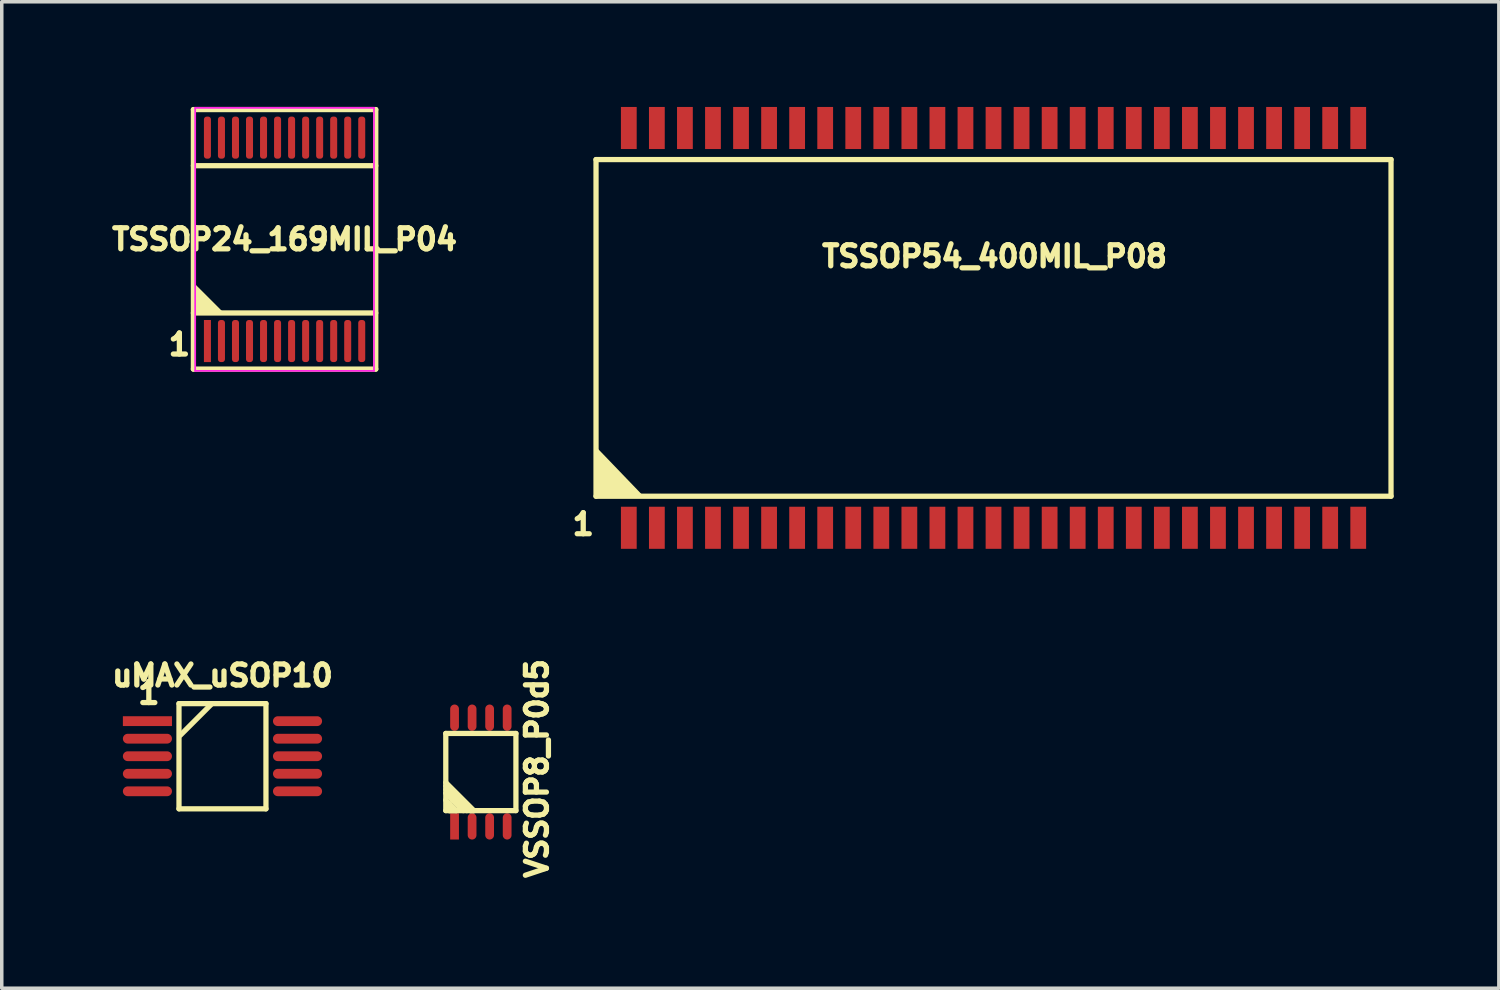
<source format=kicad_pcb>
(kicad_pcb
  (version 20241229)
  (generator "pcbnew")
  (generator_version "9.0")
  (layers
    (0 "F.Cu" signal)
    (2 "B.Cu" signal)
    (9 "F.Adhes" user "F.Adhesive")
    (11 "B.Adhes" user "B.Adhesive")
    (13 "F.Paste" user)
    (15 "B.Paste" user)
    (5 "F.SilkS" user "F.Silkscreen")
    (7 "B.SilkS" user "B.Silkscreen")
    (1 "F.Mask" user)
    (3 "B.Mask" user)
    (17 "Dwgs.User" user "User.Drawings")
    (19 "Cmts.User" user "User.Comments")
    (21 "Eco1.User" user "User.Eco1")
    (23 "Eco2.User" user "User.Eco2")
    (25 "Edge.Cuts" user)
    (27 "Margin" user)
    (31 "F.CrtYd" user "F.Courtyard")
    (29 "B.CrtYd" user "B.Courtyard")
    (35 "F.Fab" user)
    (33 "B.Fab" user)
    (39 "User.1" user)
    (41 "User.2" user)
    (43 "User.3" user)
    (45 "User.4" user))
  (footprint "VSSOP8_P0d5"
    (layer "F.Cu")
    (at 10.662 18.965)
    (property "Reference" "VSSOP8_P0d5" (at 1.6 -0.1 90) (layer "F.SilkS") (effects (font (size 0.6 0.6) (thickness 0.15))))
    (attr through_hole)
    (fp_line (start -1 -1.1) (end 1 -1.1) (stroke (width 0.15) (type solid)) (layer "F.SilkS"))
    (fp_line (start -1 0.4) (end -0.3 1.1) (stroke (width 0.15) (type solid)) (layer "F.SilkS"))
    (fp_line (start -1 0.5) (end -0.4 1.1) (stroke (width 0.15) (type solid)) (layer "F.SilkS"))
    (fp_line (start -1 0.6) (end -0.5 1.1) (stroke (width 0.15) (type solid)) (layer "F.SilkS"))
    (fp_line (start -1 0.8) (end -0.7 1.1) (stroke (width 0.15) (type solid)) (layer "F.SilkS"))
    (fp_line (start -1 1.1) (end -1 -1.1) (stroke (width 0.15) (type solid)) (layer "F.SilkS"))
    (fp_line (start -0.9 1.1) (end -0.9 0.9) (stroke (width 0.15) (type solid)) (layer "F.SilkS"))
    (fp_line (start -0.7 1.1) (end -0.9 1.1) (stroke (width 0.15) (type solid)) (layer "F.SilkS"))
    (fp_line (start -0.3 1.1) (end -0.2 1.1) (stroke (width 0.15) (type solid)) (layer "F.SilkS"))
    (fp_line (start -0.2 1.1) (end -1 0.3) (stroke (width 0.15) (type solid)) (layer "F.SilkS"))
    (fp_line (start 1 -1.1) (end 1 1.1) (stroke (width 0.15) (type solid)) (layer "F.SilkS"))
    (fp_line (start 1 1.1) (end -1 1.1) (stroke (width 0.15) (type solid)) (layer "F.SilkS"))
    (pad "1" smd rect (at -0.75 1.55) (size 0.25 0.75) (layers "F.Cu" "F.Mask" "F.Paste"))
    (pad "2" smd oval (at -0.25 1.55) (size 0.25 0.75) (layers "F.Cu" "F.Mask" "F.Paste"))
    (pad "3" smd oval (at 0.25 1.55) (size 0.25 0.75) (layers "F.Cu" "F.Mask" "F.Paste"))
    (pad "4" smd oval (at 0.75 1.55) (size 0.25 0.75) (layers "F.Cu" "F.Mask" "F.Paste"))
    (pad "5" smd oval (at 0.75 -1.55) (size 0.25 0.75) (layers "F.Cu" "F.Mask" "F.Paste"))
    (pad "6" smd oval (at 0.25 -1.55) (size 0.25 0.75) (layers "F.Cu" "F.Mask" "F.Paste"))
    (pad "7" smd oval (at -0.25 -1.55) (size 0.25 0.75) (layers "F.Cu" "F.Mask" "F.Paste"))
    (pad "8" smd oval (at -0.75 -1.55) (size 0.25 0.75) (layers "F.Cu" "F.Mask" "F.Paste")))
  (footprint "TSSOP54_400MIL_P08"
    (layer "F.Cu")
    (at 25.281 6.3)
    (property "Reference" "TSSOP54_400MIL_P08" (at 0.03 -2.04 180) (layer "F.SilkS") (effects (font (size 0.6 0.6) (thickness 0.15))))
    (attr smd)
    (fp_line (start -11.335 -4.8) (end 11.335 -4.8) (stroke (width 0.15) (type solid)) (layer "F.SilkS"))
    (fp_line (start -11.335 4.8) (end -11.335 -4.8) (stroke (width 0.15) (type solid)) (layer "F.SilkS"))
    (fp_line (start 11.335 -4.8) (end 11.335 4.8) (stroke (width 0.15) (type solid)) (layer "F.SilkS"))
    (fp_line (start 11.335 4.8) (end -11.335 4.8) (stroke (width 0.15) (type solid)) (layer "F.SilkS"))
    (fp_poly (pts (xy -11.335 4.8) (xy -11.3 3.5) (xy -10.05 4.8)) (stroke (width 0.1) (type solid)) (fill yes) (layer "F.SilkS"))
    (fp_text user "1" (at -11.7 5.6 0) (layer "F.SilkS") (effects (font (size 0.6 0.6) (thickness 0.15))))
    (pad "1" smd rect (at -10.4 5.7) (size 0.45 1.2) (layers "F.Cu" "F.Mask" "F.Paste"))
    (pad "2" smd rect (at -9.6 5.7) (size 0.45 1.2) (layers "F.Cu" "F.Mask" "F.Paste"))
    (pad "3" smd rect (at -8.8 5.7) (size 0.45 1.2) (layers "F.Cu" "F.Mask" "F.Paste"))
    (pad "4" smd rect (at -8 5.7) (size 0.45 1.2) (layers "F.Cu" "F.Mask" "F.Paste"))
    (pad "5" smd rect (at -7.2 5.7) (size 0.45 1.2) (layers "F.Cu" "F.Mask" "F.Paste"))
    (pad "6" smd rect (at -6.4 5.7) (size 0.45 1.2) (layers "F.Cu" "F.Mask" "F.Paste"))
    (pad "7" smd rect (at -5.6 5.7) (size 0.45 1.2) (layers "F.Cu" "F.Mask" "F.Paste"))
    (pad "8" smd rect (at -4.8 5.7) (size 0.45 1.2) (layers "F.Cu" "F.Mask" "F.Paste"))
    (pad "9" smd rect (at -4 5.7) (size 0.45 1.2) (layers "F.Cu" "F.Mask" "F.Paste"))
    (pad "10" smd rect (at -3.2 5.7) (size 0.45 1.2) (layers "F.Cu" "F.Mask" "F.Paste"))
    (pad "11" smd rect (at -2.4 5.7) (size 0.45 1.2) (layers "F.Cu" "F.Mask" "F.Paste"))
    (pad "12" smd rect (at -1.6 5.7) (size 0.45 1.2) (layers "F.Cu" "F.Mask" "F.Paste"))
    (pad "13" smd rect (at -0.8 5.7) (size 0.45 1.2) (layers "F.Cu" "F.Mask" "F.Paste"))
    (pad "14" smd rect (at 0 5.7) (size 0.45 1.2) (layers "F.Cu" "F.Mask" "F.Paste"))
    (pad "15" smd rect (at 0.8 5.7) (size 0.45 1.2) (layers "F.Cu" "F.Mask" "F.Paste"))
    (pad "16" smd rect (at 1.6 5.7) (size 0.45 1.2) (layers "F.Cu" "F.Mask" "F.Paste"))
    (pad "17" smd rect (at 2.4 5.7) (size 0.45 1.2) (layers "F.Cu" "F.Mask" "F.Paste"))
    (pad "18" smd rect (at 3.2 5.7) (size 0.45 1.2) (layers "F.Cu" "F.Mask" "F.Paste"))
    (pad "19" smd rect (at 4 5.7) (size 0.45 1.2) (layers "F.Cu" "F.Mask" "F.Paste"))
    (pad "20" smd rect (at 4.8 5.7) (size 0.45 1.2) (layers "F.Cu" "F.Mask" "F.Paste"))
    (pad "21" smd rect (at 5.6 5.7) (size 0.45 1.2) (layers "F.Cu" "F.Mask" "F.Paste"))
    (pad "22" smd rect (at 6.4 5.7) (size 0.45 1.2) (layers "F.Cu" "F.Mask" "F.Paste"))
    (pad "23" smd rect (at 7.2 5.7) (size 0.45 1.2) (layers "F.Cu" "F.Mask" "F.Paste"))
    (pad "24" smd rect (at 8 5.7) (size 0.45 1.2) (layers "F.Cu" "F.Mask" "F.Paste"))
    (pad "25" smd rect (at 8.8 5.7) (size 0.45 1.2) (layers "F.Cu" "F.Mask" "F.Paste"))
    (pad "26" smd rect (at 9.6 5.7) (size 0.45 1.2) (layers "F.Cu" "F.Mask" "F.Paste"))
    (pad "27" smd rect (at 10.4 5.7) (size 0.45 1.2) (layers "F.Cu" "F.Mask" "F.Paste"))
    (pad "28" smd rect (at 10.4 -5.7) (size 0.45 1.2) (layers "F.Cu" "F.Mask" "F.Paste"))
    (pad "29" smd rect (at 9.6 -5.7) (size 0.45 1.2) (layers "F.Cu" "F.Mask" "F.Paste"))
    (pad "30" smd rect (at 8.8 -5.7) (size 0.45 1.2) (layers "F.Cu" "F.Mask" "F.Paste"))
    (pad "31" smd rect (at 8 -5.7) (size 0.45 1.2) (layers "F.Cu" "F.Mask" "F.Paste"))
    (pad "32" smd rect (at 7.2 -5.7) (size 0.45 1.2) (layers "F.Cu" "F.Mask" "F.Paste"))
    (pad "33" smd rect (at 6.4 -5.7) (size 0.45 1.2) (layers "F.Cu" "F.Mask" "F.Paste"))
    (pad "34" smd rect (at 5.6 -5.7) (size 0.45 1.2) (layers "F.Cu" "F.Mask" "F.Paste"))
    (pad "35" smd rect (at 4.8 -5.7) (size 0.45 1.2) (layers "F.Cu" "F.Mask" "F.Paste"))
    (pad "36" smd rect (at 4 -5.7) (size 0.45 1.2) (layers "F.Cu" "F.Mask" "F.Paste"))
    (pad "37" smd rect (at 3.2 -5.7) (size 0.45 1.2) (layers "F.Cu" "F.Mask" "F.Paste"))
    (pad "38" smd rect (at 2.4 -5.7) (size 0.45 1.2) (layers "F.Cu" "F.Mask" "F.Paste"))
    (pad "39" smd rect (at 1.6 -5.7) (size 0.45 1.2) (layers "F.Cu" "F.Mask" "F.Paste"))
    (pad "40" smd rect (at 0.8 -5.7) (size 0.45 1.2) (layers "F.Cu" "F.Mask" "F.Paste"))
    (pad "41" smd rect (at 0 -5.7) (size 0.45 1.2) (layers "F.Cu" "F.Mask" "F.Paste"))
    (pad "42" smd rect (at -0.8 -5.7) (size 0.45 1.2) (layers "F.Cu" "F.Mask" "F.Paste"))
    (pad "43" smd rect (at -1.6 -5.7) (size 0.45 1.2) (layers "F.Cu" "F.Mask" "F.Paste"))
    (pad "44" smd rect (at -2.4 -5.7) (size 0.45 1.2) (layers "F.Cu" "F.Mask" "F.Paste"))
    (pad "45" smd rect (at -3.2 -5.7) (size 0.45 1.2) (layers "F.Cu" "F.Mask" "F.Paste"))
    (pad "46" smd rect (at -4 -5.7) (size 0.45 1.2) (layers "F.Cu" "F.Mask" "F.Paste"))
    (pad "47" smd rect (at -4.8 -5.7) (size 0.45 1.2) (layers "F.Cu" "F.Mask" "F.Paste"))
    (pad "48" smd rect (at -5.6 -5.7) (size 0.45 1.2) (layers "F.Cu" "F.Mask" "F.Paste"))
    (pad "49" smd rect (at -6.4 -5.7) (size 0.45 1.2) (layers "F.Cu" "F.Mask" "F.Paste"))
    (pad "50" smd rect (at -7.2 -5.7) (size 0.45 1.2) (layers "F.Cu" "F.Mask" "F.Paste"))
    (pad "51" smd rect (at -8 -5.7) (size 0.45 1.2) (layers "F.Cu" "F.Mask" "F.Paste"))
    (pad "52" smd rect (at -8.8 -5.7) (size 0.45 1.2) (layers "F.Cu" "F.Mask" "F.Paste"))
    (pad "53" smd rect (at -9.6 -5.7) (size 0.45 1.2) (layers "F.Cu" "F.Mask" "F.Paste"))
    (pad "54" smd rect (at -10.4 -5.7) (size 0.45 1.2) (layers "F.Cu" "F.Mask" "F.Paste")))
  (footprint "TSSOP24_169MIL_P04"
    (layer "F.Cu")
    (at 5.065 3.775)
    (property "Reference" "TSSOP24_169MIL_P04" (at 0 0 180) (layer "F.SilkS") (effects (font (size 0.6 0.6) (thickness 0.15))))
    (attr through_hole)
    (fp_line (start -2.6 -3.7) (end 2.6 -3.7) (stroke (width 0.15) (type solid)) (layer "F.SilkS"))
    (fp_line (start -2.6 -2.1) (end 2.6 -2.1) (stroke (width 0.15) (type solid)) (layer "F.SilkS"))
    (fp_line (start -2.6 2.1) (end 2.6 2.1) (stroke (width 0.15) (type solid)) (layer "F.SilkS"))
    (fp_line (start -2.6 3.7) (end -2.6 -3.7) (stroke (width 0.15) (type solid)) (layer "F.SilkS"))
    (fp_line (start 2.6 -3.7) (end 2.6 3.7) (stroke (width 0.15) (type solid)) (layer "F.SilkS"))
    (fp_line (start 2.6 3.7) (end -2.6 3.7) (stroke (width 0.15) (type solid)) (layer "F.SilkS"))
    (fp_poly (pts (xy -1.8 2.1) (xy -2.6 2.1) (xy -2.6 1.3)) (stroke (width 0.1) (type solid)) (fill yes) (layer "F.SilkS"))
    (fp_line (start -2.55 -3.75) (end 2.55 -3.75) (stroke (width 0.05) (type solid)) (layer "F.CrtYd"))
    (fp_line (start -2.55 3.75) (end -2.55 -3.75) (stroke (width 0.05) (type solid)) (layer "F.CrtYd"))
    (fp_line (start 2.55 -3.75) (end 2.55 3.75) (stroke (width 0.05) (type solid)) (layer "F.CrtYd"))
    (fp_line (start 2.55 3.75) (end -2.55 3.75) (stroke (width 0.05) (type solid)) (layer "F.CrtYd"))
    (fp_text user "1" (at -3 3 0) (unlocked yes) (layer "F.SilkS") (effects (font (size 0.6 0.6) (thickness 0.15))))
    (pad "1" smd rect (at -2.2 2.9) (size 0.2 1.2) (layers "F.Cu" "F.Mask" "F.Paste"))
    (pad "2" smd roundrect (at -1.8 2.9) (size 0.2 1.2) (layers "F.Cu" "F.Mask" "F.Paste") (roundrect_rratio 0.4))
    (pad "3" smd roundrect (at -1.4 2.9) (size 0.2 1.2) (layers "F.Cu" "F.Mask" "F.Paste") (roundrect_rratio 0.4))
    (pad "4" smd roundrect (at -1 2.9) (size 0.2 1.2) (layers "F.Cu" "F.Mask" "F.Paste") (roundrect_rratio 0.4))
    (pad "5" smd roundrect (at -0.6 2.9) (size 0.2 1.2) (layers "F.Cu" "F.Mask" "F.Paste") (roundrect_rratio 0.4))
    (pad "6" smd roundrect (at -0.2 2.9) (size 0.2 1.2) (layers "F.Cu" "F.Mask" "F.Paste") (roundrect_rratio 0.4))
    (pad "7" smd roundrect (at 0.2 2.9) (size 0.2 1.2) (layers "F.Cu" "F.Mask" "F.Paste") (roundrect_rratio 0.4))
    (pad "8" smd roundrect (at 0.6 2.9) (size 0.2 1.2) (layers "F.Cu" "F.Mask" "F.Paste") (roundrect_rratio 0.4))
    (pad "9" smd roundrect (at 1 2.9) (size 0.2 1.2) (layers "F.Cu" "F.Mask" "F.Paste") (roundrect_rratio 0.4))
    (pad "10" smd roundrect (at 1.4 2.9) (size 0.2 1.2) (layers "F.Cu" "F.Mask" "F.Paste") (roundrect_rratio 0.4))
    (pad "11" smd roundrect (at 1.8 2.9) (size 0.2 1.2) (layers "F.Cu" "F.Mask" "F.Paste") (roundrect_rratio 0.4))
    (pad "12" smd roundrect (at 2.2 2.9) (size 0.2 1.2) (layers "F.Cu" "F.Mask" "F.Paste") (roundrect_rratio 0.4))
    (pad "13" smd roundrect (at 2.2 -2.9) (size 0.2 1.2) (layers "F.Cu" "F.Mask" "F.Paste") (roundrect_rratio 0.4))
    (pad "14" smd roundrect (at 1.8 -2.9) (size 0.2 1.2) (layers "F.Cu" "F.Mask" "F.Paste") (roundrect_rratio 0.4))
    (pad "15" smd roundrect (at 1.4 -2.9) (size 0.2 1.2) (layers "F.Cu" "F.Mask" "F.Paste") (roundrect_rratio 0.4))
    (pad "16" smd roundrect (at 1 -2.9) (size 0.2 1.2) (layers "F.Cu" "F.Mask" "F.Paste") (roundrect_rratio 0.4))
    (pad "17" smd roundrect (at 0.6 -2.9) (size 0.2 1.2) (layers "F.Cu" "F.Mask" "F.Paste") (roundrect_rratio 0.4))
    (pad "18" smd roundrect (at 0.2 -2.9) (size 0.2 1.2) (layers "F.Cu" "F.Mask" "F.Paste") (roundrect_rratio 0.4))
    (pad "19" smd roundrect (at -0.2 -2.9) (size 0.2 1.2) (layers "F.Cu" "F.Mask" "F.Paste") (roundrect_rratio 0.4))
    (pad "20" smd roundrect (at -0.6 -2.9) (size 0.2 1.2) (layers "F.Cu" "F.Mask" "F.Paste") (roundrect_rratio 0.4))
    (pad "21" smd roundrect (at -1 -2.9) (size 0.2 1.2) (layers "F.Cu" "F.Mask" "F.Paste") (roundrect_rratio 0.4))
    (pad "22" smd roundrect (at -1.4 -2.9) (size 0.2 1.2) (layers "F.Cu" "F.Mask" "F.Paste") (roundrect_rratio 0.4))
    (pad "23" smd roundrect (at -1.8 -2.9) (size 0.2 1.2) (layers "F.Cu" "F.Mask" "F.Paste") (roundrect_rratio 0.4))
    (pad "24" smd roundrect (at -2.2 -2.9) (size 0.2 1.2) (layers "F.Cu" "F.Mask" "F.Paste") (roundrect_rratio 0.4)))
  (footprint "uMAX_uSOP10"
    (layer "F.Cu")
    (at 3.294 18.514)
    (property "Reference" "uMAX_uSOP10" (at 0 -2.3 0) (layer "F.SilkS") (effects (font (size 0.6 0.6) (thickness 0.15))))
    (attr smd)
    (fp_line (start -1.24 -1.5) (end 1.24 -1.5) (stroke (width 0.15) (type solid)) (layer "F.SilkS"))
    (fp_line (start -1.24 1.5) (end -1.24 -1.5) (stroke (width 0.15) (type solid)) (layer "F.SilkS"))
    (fp_line (start -0.3 -1.5) (end -1.2 -0.6) (stroke (width 0.15) (type solid)) (layer "F.SilkS"))
    (fp_line (start 1.24 -1.5) (end 1.24 1.5) (stroke (width 0.15) (type solid)) (layer "F.SilkS"))
    (fp_line (start 1.24 1.5) (end -1.24 1.5) (stroke (width 0.15) (type solid)) (layer "F.SilkS"))
    (fp_text user "1" (at -2.1 -1.8 0) (layer "F.SilkS") (effects (font (size 0.6 0.6) (thickness 0.15))))
    (pad "1" smd rect (at -2.14 -1) (size 1.4 0.28) (layers "F.Cu" "F.Mask" "F.Paste"))
    (pad "2" smd oval (at -2.14 -0.5) (size 1.4 0.28) (layers "F.Cu" "F.Mask" "F.Paste"))
    (pad "3" smd oval (at -2.14 0) (size 1.4 0.28) (layers "F.Cu" "F.Mask" "F.Paste"))
    (pad "4" smd oval (at -2.14 0.5) (size 1.4 0.28) (layers "F.Cu" "F.Mask" "F.Paste"))
    (pad "5" smd oval (at -2.14 1) (size 1.4 0.28) (layers "F.Cu" "F.Mask" "F.Paste"))
    (pad "6" smd oval (at 2.14 1) (size 1.4 0.28) (layers "F.Cu" "F.Mask" "F.Paste"))
    (pad "7" smd oval (at 2.14 0.5) (size 1.4 0.28) (layers "F.Cu" "F.Mask" "F.Paste"))
    (pad "8" smd oval (at 2.14 0) (size 1.4 0.28) (layers "F.Cu" "F.Mask" "F.Paste"))
    (pad "9" smd oval (at 2.14 -0.5) (size 1.4 0.28) (layers "F.Cu" "F.Mask" "F.Paste"))
    (pad "10" smd oval (at 2.14 -1) (size 1.4 0.28) (layers "F.Cu" "F.Mask" "F.Paste")))
  (gr_rect
    (start -3 -3)
    (end 39.691 25.13)
    (stroke (width 0.1) (type default))
    (fill no)
    (layer "Edge.Cuts")))
</source>
